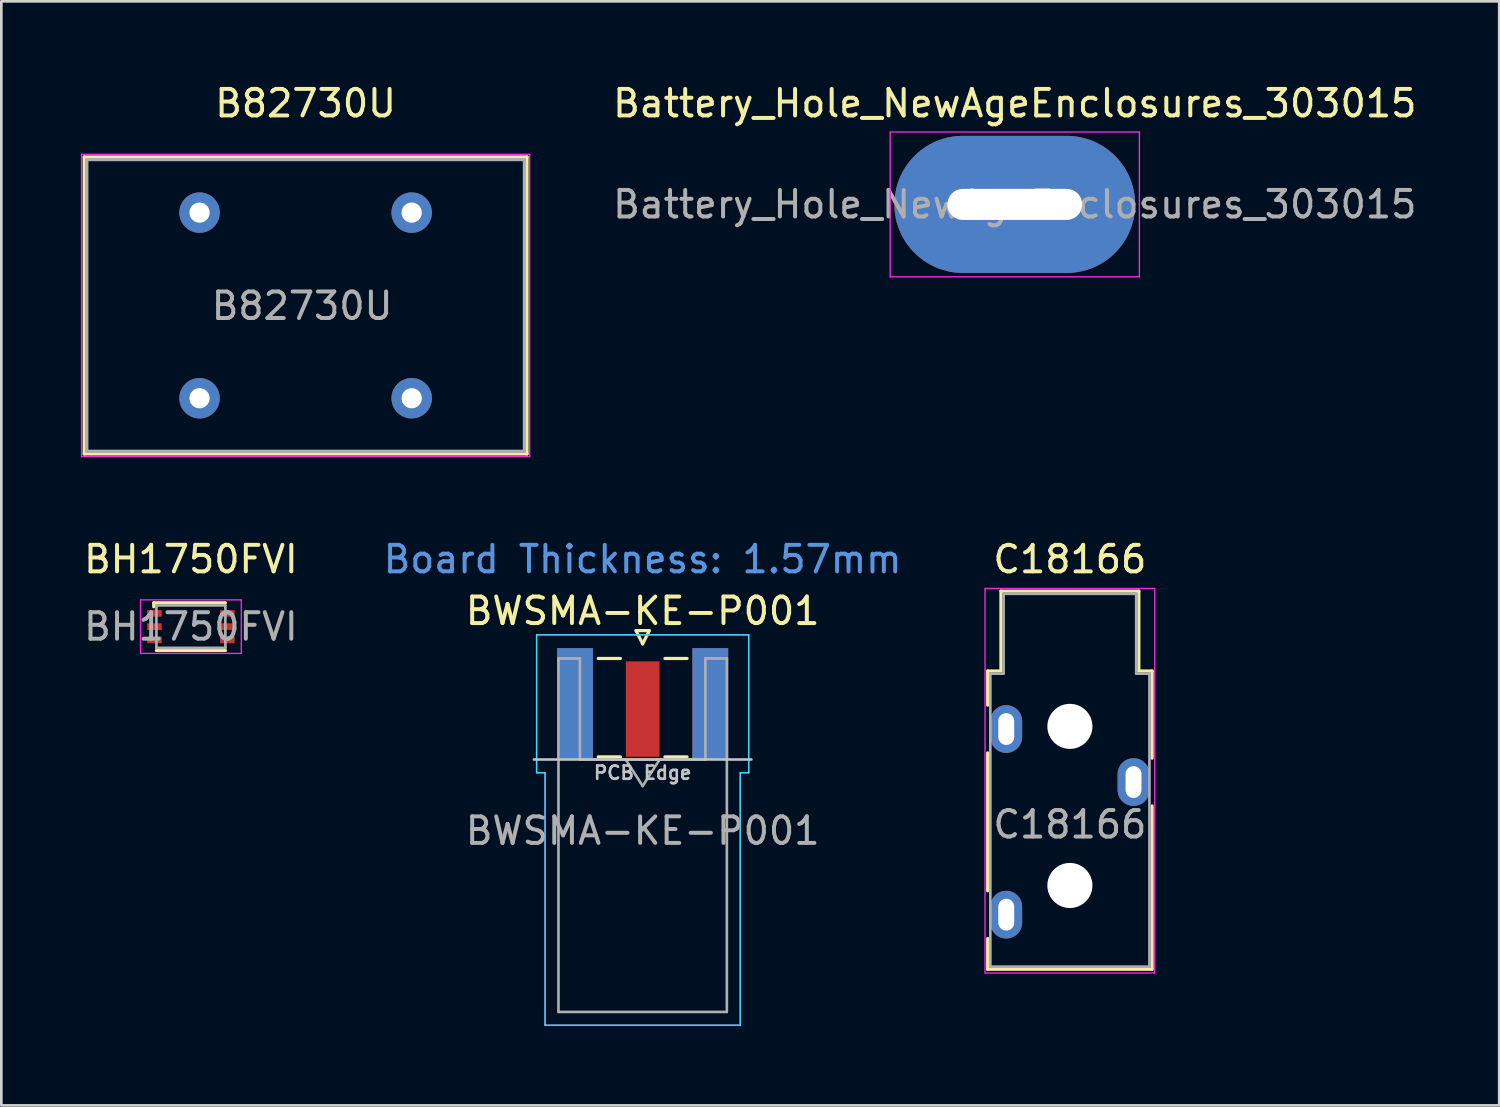
<source format=kicad_pcb>
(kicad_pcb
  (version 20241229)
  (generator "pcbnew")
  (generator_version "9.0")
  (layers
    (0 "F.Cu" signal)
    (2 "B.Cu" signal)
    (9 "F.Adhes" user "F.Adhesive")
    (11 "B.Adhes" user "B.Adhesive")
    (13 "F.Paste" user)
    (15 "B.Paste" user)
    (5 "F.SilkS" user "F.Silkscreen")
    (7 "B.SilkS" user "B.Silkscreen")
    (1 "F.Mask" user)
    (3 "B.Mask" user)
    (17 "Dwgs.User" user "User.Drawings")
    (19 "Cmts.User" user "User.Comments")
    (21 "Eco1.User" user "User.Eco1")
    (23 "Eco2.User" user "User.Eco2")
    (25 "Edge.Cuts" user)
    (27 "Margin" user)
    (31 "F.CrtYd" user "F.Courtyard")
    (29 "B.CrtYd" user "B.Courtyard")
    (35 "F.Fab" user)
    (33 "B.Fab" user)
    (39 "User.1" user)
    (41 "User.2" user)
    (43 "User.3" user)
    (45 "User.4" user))
  (footprint "BH1750FVI"
    (layer "F.Cu")
    (at 4.149 20.581)
    (property "Reference" "BH1750FVI" (at 0 -2.54 0) (unlocked yes) (layer "F.SilkS") (effects (font (size 1 1) (thickness 0.15))))
    (attr smd)
    (fp_line (start -1.4 -0.9) (end -1.4 -0.75) (stroke (width 0.12) (type solid)) (layer "F.SilkS"))
    (fp_line (start -1.4 -0.9) (end 1.3 -0.9) (stroke (width 0.12) (type solid)) (layer "F.SilkS"))
    (fp_line (start -1.3 0.9) (end 1.3 0.9) (stroke (width 0.12) (type solid)) (layer "F.SilkS"))
    (fp_line (start -1.9 -1.01) (end 1.9 -1.01) (stroke (width 0.05) (type solid)) (layer "F.CrtYd"))
    (fp_line (start -1.9 1.01) (end -1.9 -1.01) (stroke (width 0.05) (type solid)) (layer "F.CrtYd"))
    (fp_line (start -1.9 1.01) (end 1.9 1.01) (stroke (width 0.05) (type solid)) (layer "F.CrtYd"))
    (fp_line (start 1.9 1.01) (end 1.9 -1.01) (stroke (width 0.05) (type solid)) (layer "F.CrtYd"))
    (fp_line (start -1.3 -0.8) (end -1.3 0.8) (stroke (width 0.1) (type solid)) (layer "F.Fab"))
    (fp_line (start 1.3 -0.8) (end -1.3 -0.8) (stroke (width 0.1) (type solid)) (layer "F.Fab"))
    (fp_line (start 1.3 -0.8) (end 1.3 0.8) (stroke (width 0.1) (type solid)) (layer "F.Fab"))
    (fp_line (start 1.3 0.8) (end -1.3 0.8) (stroke (width 0.1) (type solid)) (layer "F.Fab"))
    (fp_text user "${REFERENCE}" (at 0 0 0) (unlocked yes) (layer "F.Fab") (effects (font (size 1 1) (thickness 0.15))))
    (pad "1" smd rect (at -1.375 -0.5) (size 0.55 0.25) (layers "F.Cu" "F.Mask" "F.Paste"))
    (pad "2" smd rect (at -1.375 0) (size 0.55 0.25) (layers "F.Cu" "F.Mask" "F.Paste"))
    (pad "3" smd rect (at -1.375 0.5) (size 0.55 0.25) (layers "F.Cu" "F.Mask" "F.Paste"))
    (pad "4" smd rect (at 1.375 0.5) (size 0.55 0.25) (layers "F.Cu" "F.Mask" "F.Paste"))
    (pad "5" smd rect (at 1.375 0) (size 0.55 0.25) (layers "F.Cu" "F.Mask" "F.Paste"))
    (pad "6" smd rect (at 1.375 -0.5) (size 0.55 0.25) (layers "F.Cu" "F.Mask" "F.Paste")))
  (footprint "Battery_Hole_NewAgeEnclosures_303015"
    (layer "F.Cu")
    (at 35.218 4.658)
    (property "Reference" "Battery_Hole_NewAgeEnclosures_303015" (at 0 -3.81 0) (layer "F.SilkS") (effects (font (size 1 1) (thickness 0.15))))
    (attr through_hole exclude_from_pos_files exclude_from_bom)
    (fp_line (start -4.699 -2.731) (end 4.699 -2.731) (stroke (width 0.05) (type solid)) (layer "F.CrtYd"))
    (fp_line (start -4.699 2.731) (end -4.699 -2.731) (stroke (width 0.05) (type solid)) (layer "F.CrtYd"))
    (fp_line (start 4.699 -2.731) (end 4.699 2.731) (stroke (width 0.05) (type solid)) (layer "F.CrtYd"))
    (fp_line (start 4.699 2.731) (end -4.699 2.731) (stroke (width 0.05) (type solid)) (layer "F.CrtYd"))
    (fp_text user "${REFERENCE}" (at 0 0 0) (layer "F.Fab") (effects (font (size 1 1) (thickness 0.15))))
    (pad "1" thru_hole oval (at 0 0) (size 9.08 5.17) (drill oval 5.08 1.17) (layers "*.Cu" "*.Mask")))
  (footprint "B82730U"
    (layer "F.Cu")
    (at 8.475 8.468)
    (property "Reference" "B82730U" (at 0 -7.62 0) (layer "F.SilkS") (effects (font (size 1 1) (thickness 0.15))))
    (attr through_hole)
    (fp_line (start -8.35 -5.6) (end 8.35 -5.6) (stroke (width 0.12) (type solid)) (layer "F.SilkS"))
    (fp_line (start -8.35 5.6) (end -8.35 -5.6) (stroke (width 0.12) (type solid)) (layer "F.SilkS"))
    (fp_line (start 8.35 -5.6) (end 8.35 5.6) (stroke (width 0.12) (type solid)) (layer "F.SilkS"))
    (fp_line (start 8.35 5.6) (end -8.35 5.6) (stroke (width 0.12) (type solid)) (layer "F.SilkS"))
    (fp_line (start -8.45 -5.7) (end 8.45 -5.7) (stroke (width 0.05) (type solid)) (layer "F.CrtYd"))
    (fp_line (start -8.45 5.7) (end -8.45 -5.7) (stroke (width 0.05) (type solid)) (layer "F.CrtYd"))
    (fp_line (start 8.45 -5.7) (end 8.45 5.7) (stroke (width 0.05) (type solid)) (layer "F.CrtYd"))
    (fp_line (start 8.45 5.7) (end -8.45 5.7) (stroke (width 0.05) (type solid)) (layer "F.CrtYd"))
    (fp_line (start -8.25 -5.5) (end -8.25 5.5) (stroke (width 0.12) (type solid)) (layer "F.Fab"))
    (fp_line (start -8.25 5.5) (end 8.25 5.5) (stroke (width 0.12) (type solid)) (layer "F.Fab"))
    (fp_line (start 8.25 -5.5) (end -8.25 -5.5) (stroke (width 0.12) (type solid)) (layer "F.Fab"))
    (fp_line (start 8.25 -5.5) (end 8.25 5.5) (stroke (width 0.12) (type solid)) (layer "F.Fab"))
    (fp_text user "${REFERENCE}" (at -0.133 0.019 0) (unlocked yes) (layer "F.Fab") (effects (font (size 1 1) (thickness 0.15))))
    (pad "1" thru_hole circle (at -4 -3.5) (size 1.524 1.524) (drill 0.762) (layers "*.Cu" "*.Mask"))
    (pad "2" thru_hole circle (at 4 -3.5) (size 1.524 1.524) (drill 0.762) (layers "*.Cu" "*.Mask"))
    (pad "3" thru_hole circle (at 4 3.5) (size 1.524 1.524) (drill 0.762) (layers "*.Cu" "*.Mask"))
    (pad "4" thru_hole circle (at -4 3.5) (size 1.524 1.524) (drill 0.762) (layers "*.Cu" "*.Mask")))
  (footprint "BWSMA-KE-P001"
    (layer "F.Cu")
    (at 21.185 23.491)
    (property "Reference" "BWSMA-KE-P001" (at 0 -3.5 0) (layer "F.SilkS") (effects (font (size 1 1) (thickness 0.15))))
    (attr smd)
    (fp_line (start -1.675 -1.71) (end -0.84 -1.71) (stroke (width 0.12) (type solid)) (layer "F.SilkS"))
    (fp_line (start -1.675 2) (end -0.84 2) (stroke (width 0.12) (type solid)) (layer "F.SilkS"))
    (fp_line (start -0.25 -2.76) (end 0 -2.26) (stroke (width 0.12) (type solid)) (layer "F.SilkS"))
    (fp_line (start 0 -2.26) (end 0.25 -2.76) (stroke (width 0.12) (type solid)) (layer "F.SilkS"))
    (fp_line (start 0.25 -2.76) (end -0.25 -2.76) (stroke (width 0.12) (type solid)) (layer "F.SilkS"))
    (fp_line (start 0.84 -1.71) (end 1.675 -1.71) (stroke (width 0.12) (type solid)) (layer "F.SilkS"))
    (fp_line (start 0.84 2) (end 1.675 2) (stroke (width 0.12) (type solid)) (layer "F.SilkS"))
    (fp_line (start 4.1 2.1) (end -4.1 2.1) (stroke (width 0.1) (type solid)) (layer "Dwgs.User"))
    (fp_line (start -4 -2.6) (end 4 -2.6) (stroke (width 0.05) (type solid)) (layer "B.CrtYd"))
    (fp_line (start -4 2.6) (end -4 -2.6) (stroke (width 0.05) (type solid)) (layer "B.CrtYd"))
    (fp_line (start -3.68 2.6) (end -4 2.6) (stroke (width 0.05) (type solid)) (layer "B.CrtYd"))
    (fp_line (start -3.68 12.12) (end -3.68 2.6) (stroke (width 0.05) (type solid)) (layer "B.CrtYd"))
    (fp_line (start 3.68 2.6) (end 3.68 12.12) (stroke (width 0.05) (type solid)) (layer "B.CrtYd"))
    (fp_line (start 3.68 12.12) (end -3.68 12.12) (stroke (width 0.05) (type solid)) (layer "B.CrtYd"))
    (fp_line (start 4 2.6) (end 3.68 2.6) (stroke (width 0.05) (type solid)) (layer "B.CrtYd"))
    (fp_line (start 4 2.6) (end 4 -2.6) (stroke (width 0.05) (type solid)) (layer "B.CrtYd"))
    (fp_line (start -4 -2.6) (end 4 -2.6) (stroke (width 0.05) (type solid)) (layer "F.CrtYd"))
    (fp_line (start -4 2.6) (end -4 -2.6) (stroke (width 0.05) (type solid)) (layer "F.CrtYd"))
    (fp_line (start -3.68 2.6) (end -4 2.6) (stroke (width 0.05) (type solid)) (layer "F.CrtYd"))
    (fp_line (start -3.68 12.12) (end -3.68 2.6) (stroke (width 0.05) (type solid)) (layer "F.CrtYd"))
    (fp_line (start 3.68 2.6) (end 3.68 12.12) (stroke (width 0.05) (type solid)) (layer "F.CrtYd"))
    (fp_line (start 3.68 2.6) (end 4 2.6) (stroke (width 0.05) (type solid)) (layer "F.CrtYd"))
    (fp_line (start 3.68 12.12) (end -3.68 12.12) (stroke (width 0.05) (type solid)) (layer "F.CrtYd"))
    (fp_line (start 4 2.6) (end 4 -2.6) (stroke (width 0.05) (type solid)) (layer "F.CrtYd"))
    (fp_line (start -3.175 -1.71) (end -3.175 11.62) (stroke (width 0.1) (type solid)) (layer "F.Fab"))
    (fp_line (start -2.365 -1.71) (end -3.175 -1.71) (stroke (width 0.1) (type solid)) (layer "F.Fab"))
    (fp_line (start -2.365 2.1) (end -2.365 -1.71) (stroke (width 0.1) (type solid)) (layer "F.Fab"))
    (fp_line (start 0 3.1) (end -0.64 2.1) (stroke (width 0.1) (type solid)) (layer "F.Fab"))
    (fp_line (start 0.64 2.1) (end 0 3.1) (stroke (width 0.1) (type solid)) (layer "F.Fab"))
    (fp_line (start 2.365 -1.71) (end 2.365 2.1) (stroke (width 0.1) (type solid)) (layer "F.Fab"))
    (fp_line (start 2.365 2.1) (end -2.365 2.1) (stroke (width 0.1) (type solid)) (layer "F.Fab"))
    (fp_line (start 3.165 11.62) (end -3.165 11.62) (stroke (width 0.1) (type solid)) (layer "F.Fab"))
    (fp_line (start 3.175 -1.71) (end 2.365 -1.71) (stroke (width 0.1) (type solid)) (layer "F.Fab"))
    (fp_line (start 3.175 -1.71) (end 3.175 11.62) (stroke (width 0.1) (type solid)) (layer "F.Fab"))
    (fp_text user "PCB Edge" (at 0 2.6 0) (layer "Dwgs.User") (effects (font (size 0.5 0.5) (thickness 0.1))))
    (fp_text user "Board Thickness: 1.57mm" (at 0 -5.45 0) (layer "Cmts.User") (effects (font (size 1 1) (thickness 0.15))))
    (fp_text user "${REFERENCE}" (at 0 4.79 180) (layer "F.Fab") (effects (font (size 1 1) (thickness 0.15))))
    (pad "1" smd rect (at 0 0.2) (size 1.27 3.6) (layers "F.Cu" "F.Mask" "F.Paste"))
    (pad "2" smd rect (at -2.55 0) (size 1.35 4.2) (layers "F.Cu" "F.Mask" "F.Paste"))
    (pad "2" smd rect (at -2.55 0) (size 1.35 4.2) (layers "B.Cu" "B.Mask" "B.Paste"))
    (pad "2" smd rect (at 2.55 0) (size 1.35 4.2) (layers "F.Cu" "F.Mask" "F.Paste"))
    (pad "2" smd rect (at 2.55 0) (size 1.35 4.2) (layers "B.Cu" "B.Mask" "B.Paste")))
  (footprint "C18166"
    (layer "F.Cu")
    (at 37.296 27.942)
    (property "Reference" "C18166" (at 0 -9.9 0) (layer "F.SilkS") (effects (font (size 1 1) (thickness 0.15))))
    (attr smd)
    (fp_line (start -3.1 -5.688) (end -2.6 -5.688) (stroke (width 0.12) (type solid)) (layer "F.SilkS"))
    (fp_line (start -3.1 -4.4) (end -3.1 -5.688) (stroke (width 0.12) (type solid)) (layer "F.SilkS"))
    (fp_line (start -3.1 2.6) (end -3.1 -2.6) (stroke (width 0.12) (type solid)) (layer "F.SilkS"))
    (fp_line (start -3.1 5.561) (end -3.1 4.4) (stroke (width 0.12) (type solid)) (layer "F.SilkS"))
    (fp_line (start -2.6 -8.7) (end 2.6 -8.7) (stroke (width 0.12) (type solid)) (layer "F.SilkS"))
    (fp_line (start -2.6 -5.7) (end -2.6 -8.7) (stroke (width 0.12) (type solid)) (layer "F.SilkS"))
    (fp_line (start 2.6 -8.7) (end 2.6 -5.7) (stroke (width 0.12) (type solid)) (layer "F.SilkS"))
    (fp_line (start 2.6 -5.688) (end 3.1 -5.688) (stroke (width 0.12) (type solid)) (layer "F.SilkS"))
    (fp_line (start 3.1 -5.688) (end 3.1 -2.4) (stroke (width 0.12) (type solid)) (layer "F.SilkS"))
    (fp_line (start 3.1 -0.6) (end 3.1 5.561) (stroke (width 0.12) (type solid)) (layer "F.SilkS"))
    (fp_line (start 3.1 5.561) (end -3.1 5.561) (stroke (width 0.12) (type solid)) (layer "F.SilkS"))
    (fp_line (start -3.2 -8.8) (end 3.2 -8.8) (stroke (width 0.05) (type solid)) (layer "F.CrtYd"))
    (fp_line (start -3.2 5.7) (end -3.2 -8.8) (stroke (width 0.05) (type solid)) (layer "F.CrtYd"))
    (fp_line (start 3.2 -8.8) (end 3.2 5.7) (stroke (width 0.05) (type solid)) (layer "F.CrtYd"))
    (fp_line (start 3.2 5.7) (end -3.2 5.7) (stroke (width 0.05) (type solid)) (layer "F.CrtYd"))
    (fp_line (start -3 -5.588) (end -2.5 -5.588) (stroke (width 0.1) (type solid)) (layer "F.Fab"))
    (fp_line (start -3 5.461) (end -3 -5.588) (stroke (width 0.1) (type solid)) (layer "F.Fab"))
    (fp_line (start -2.5 -8.6) (end 2.5 -8.6) (stroke (width 0.1) (type solid)) (layer "F.Fab"))
    (fp_line (start -2.5 -5.6) (end -2.5 -8.6) (stroke (width 0.1) (type solid)) (layer "F.Fab"))
    (fp_line (start 2.5 -8.6) (end 2.5 -5.6) (stroke (width 0.1) (type solid)) (layer "F.Fab"))
    (fp_line (start 2.5 -5.588) (end 3 -5.588) (stroke (width 0.1) (type solid)) (layer "F.Fab"))
    (fp_line (start 3 -5.588) (end 3 5.461) (stroke (width 0.1) (type solid)) (layer "F.Fab"))
    (fp_line (start 3 5.461) (end -3 5.461) (stroke (width 0.1) (type solid)) (layer "F.Fab"))
    (fp_text user "${REFERENCE}" (at 0 0.1 0) (layer "F.Fab") (effects (font (size 1 1) (thickness 0.15))))
    (pad "" np_thru_hole circle (at 0 -3.6) (size 1.7 1.7) (drill 1.7) (layers "*.Cu" "*.Mask"))
    (pad "" np_thru_hole circle (at 0 2.4) (size 1.7 1.7) (drill 1.7) (layers "*.Cu" "*.Mask"))
    (pad "R" thru_hole oval (at 2.4 -1.5) (size 1.2 1.8) (drill oval 0.6 1.2) (layers "*.Cu" "*.Mask"))
    (pad "S" thru_hole oval (at -2.4 -3.5) (size 1.2 1.8) (drill oval 0.6 1.2) (layers "*.Cu" "*.Mask"))
    (pad "T" thru_hole oval (at -2.4 3.5) (size 1.2 1.8) (drill oval 0.6 1.2) (layers "*.Cu" "*.Mask")))
  (gr_rect
    (start -3 -3)
    (end 53.486 38.636)
    (stroke (width 0.1) (type default))
    (fill no)
    (layer "Edge.Cuts")))
</source>
